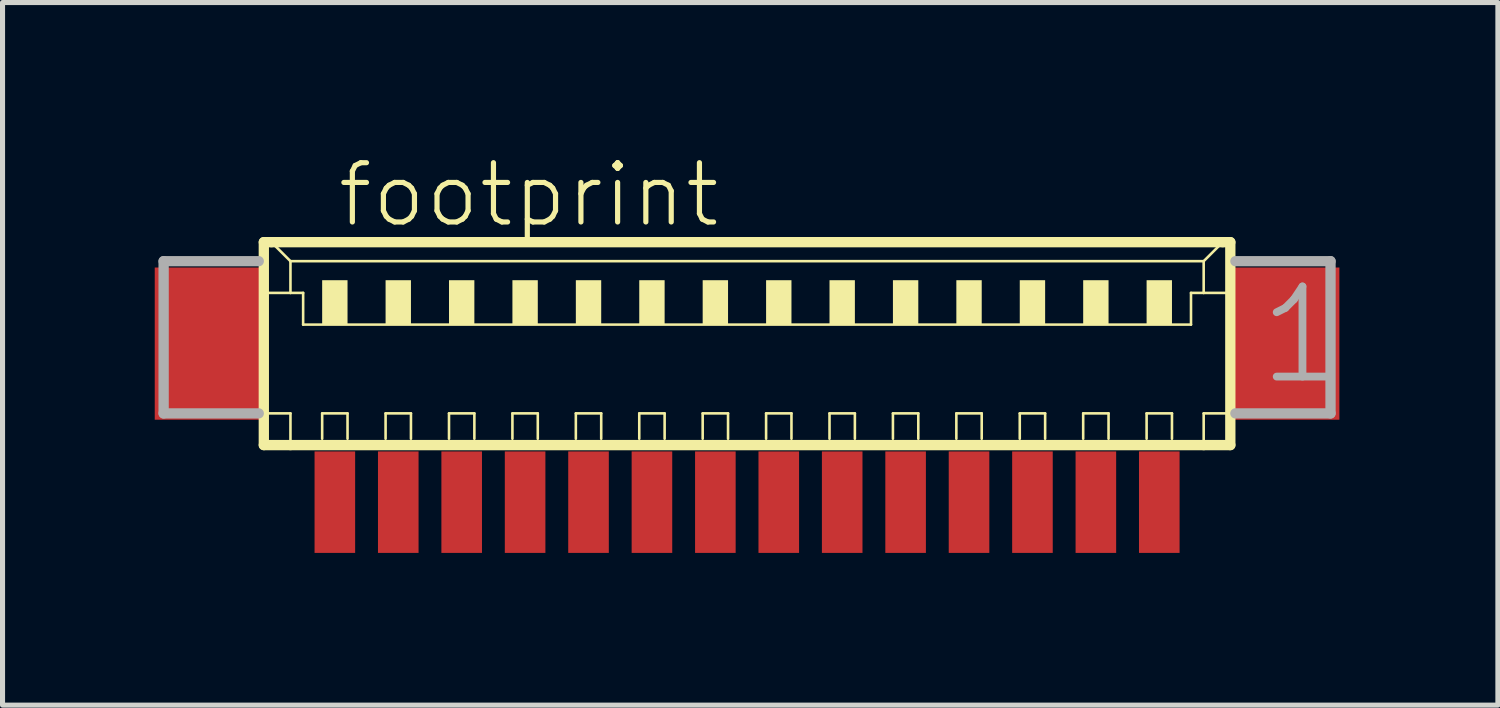
<source format=kicad_pcb>
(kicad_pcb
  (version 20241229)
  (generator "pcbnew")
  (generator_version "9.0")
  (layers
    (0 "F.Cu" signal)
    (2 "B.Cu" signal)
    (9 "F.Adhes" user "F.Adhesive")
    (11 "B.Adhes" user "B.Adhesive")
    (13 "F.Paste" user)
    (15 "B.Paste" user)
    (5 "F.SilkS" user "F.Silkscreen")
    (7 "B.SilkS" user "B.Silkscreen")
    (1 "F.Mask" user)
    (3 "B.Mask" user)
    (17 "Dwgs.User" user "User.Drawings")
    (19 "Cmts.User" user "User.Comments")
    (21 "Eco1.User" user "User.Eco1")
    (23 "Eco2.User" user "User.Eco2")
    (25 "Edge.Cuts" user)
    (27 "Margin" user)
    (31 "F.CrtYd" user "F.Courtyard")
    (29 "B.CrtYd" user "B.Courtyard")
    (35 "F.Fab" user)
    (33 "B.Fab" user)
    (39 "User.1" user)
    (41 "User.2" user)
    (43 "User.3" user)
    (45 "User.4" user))
  (footprint "footprint"
    (layer "F.Cu")
    (at 11.675 4.348)
    (property "Reference" "footprint" (at -8.125 -2.875 0) (layer "F.SilkS") (effects (font (size 1.168 1.168) (thickness 0.102)) (justify left bottom)))
    (fp_line (start -9.525 -2.625) (end -9.525 1.375) (stroke (width 0.203) (type solid)) (layer "F.SilkS"))
    (fp_line (start -9.525 1.375) (end -9 1.375) (stroke (width 0.203) (type solid)) (layer "F.SilkS"))
    (fp_line (start -9.5 -1.625) (end -9 -1.625) (stroke (width 0.051) (type solid)) (layer "F.SilkS"))
    (fp_line (start -9.5 0.75) (end -9 0.75) (stroke (width 0.051) (type solid)) (layer "F.SilkS"))
    (fp_line (start -9.375 -2.625) (end -9.525 -2.625) (stroke (width 0.203) (type solid)) (layer "F.SilkS"))
    (fp_line (start -9 -2.25) (end -9.375 -2.625) (stroke (width 0.051) (type solid)) (layer "F.SilkS"))
    (fp_line (start -9 -2.25) (end 9 -2.25) (stroke (width 0.051) (type solid)) (layer "F.SilkS"))
    (fp_line (start -9 -1.625) (end -9 -2.25) (stroke (width 0.051) (type solid)) (layer "F.SilkS"))
    (fp_line (start -9 -1.625) (end -8.75 -1.625) (stroke (width 0.051) (type solid)) (layer "F.SilkS"))
    (fp_line (start -9 0.75) (end -9 1.375) (stroke (width 0.051) (type solid)) (layer "F.SilkS"))
    (fp_line (start -9 1.375) (end 9 1.375) (stroke (width 0.203) (type solid)) (layer "F.SilkS"))
    (fp_line (start -8.75 -1.625) (end -8.75 -1) (stroke (width 0.051) (type solid)) (layer "F.SilkS"))
    (fp_line (start -8.75 -1) (end 8.75 -1) (stroke (width 0.051) (type solid)) (layer "F.SilkS"))
    (fp_line (start -8.375 0.75) (end -7.875 0.75) (stroke (width 0.051) (type solid)) (layer "F.SilkS"))
    (fp_line (start -8.375 1.25) (end -8.375 0.75) (stroke (width 0.051) (type solid)) (layer "F.SilkS"))
    (fp_line (start -7.875 0.75) (end -7.875 1.25) (stroke (width 0.051) (type solid)) (layer "F.SilkS"))
    (fp_line (start -7.125 0.75) (end -6.625 0.75) (stroke (width 0.051) (type solid)) (layer "F.SilkS"))
    (fp_line (start -7.125 1.25) (end -7.125 0.75) (stroke (width 0.051) (type solid)) (layer "F.SilkS"))
    (fp_line (start -6.625 0.75) (end -6.625 1.25) (stroke (width 0.051) (type solid)) (layer "F.SilkS"))
    (fp_line (start -5.875 0.75) (end -5.375 0.75) (stroke (width 0.051) (type solid)) (layer "F.SilkS"))
    (fp_line (start -5.875 1.25) (end -5.875 0.75) (stroke (width 0.051) (type solid)) (layer "F.SilkS"))
    (fp_line (start -5.375 0.75) (end -5.375 1.25) (stroke (width 0.051) (type solid)) (layer "F.SilkS"))
    (fp_line (start -4.625 0.75) (end -4.125 0.75) (stroke (width 0.051) (type solid)) (layer "F.SilkS"))
    (fp_line (start -4.625 1.25) (end -4.625 0.75) (stroke (width 0.051) (type solid)) (layer "F.SilkS"))
    (fp_line (start -4.125 0.75) (end -4.125 1.25) (stroke (width 0.051) (type solid)) (layer "F.SilkS"))
    (fp_line (start -3.375 0.75) (end -2.875 0.75) (stroke (width 0.051) (type solid)) (layer "F.SilkS"))
    (fp_line (start -3.375 1.25) (end -3.375 0.75) (stroke (width 0.051) (type solid)) (layer "F.SilkS"))
    (fp_line (start -2.875 0.75) (end -2.875 1.25) (stroke (width 0.051) (type solid)) (layer "F.SilkS"))
    (fp_line (start -2.125 0.75) (end -1.625 0.75) (stroke (width 0.051) (type solid)) (layer "F.SilkS"))
    (fp_line (start -2.125 1.25) (end -2.125 0.75) (stroke (width 0.051) (type solid)) (layer "F.SilkS"))
    (fp_line (start -1.625 0.75) (end -1.625 1.25) (stroke (width 0.051) (type solid)) (layer "F.SilkS"))
    (fp_line (start -0.875 0.75) (end -0.375 0.75) (stroke (width 0.051) (type solid)) (layer "F.SilkS"))
    (fp_line (start -0.875 1.25) (end -0.875 0.75) (stroke (width 0.051) (type solid)) (layer "F.SilkS"))
    (fp_line (start -0.375 0.75) (end -0.375 1.25) (stroke (width 0.051) (type solid)) (layer "F.SilkS"))
    (fp_line (start 0.375 0.75) (end 0.875 0.75) (stroke (width 0.051) (type solid)) (layer "F.SilkS"))
    (fp_line (start 0.375 1.25) (end 0.375 0.75) (stroke (width 0.051) (type solid)) (layer "F.SilkS"))
    (fp_line (start 0.875 0.75) (end 0.875 1.25) (stroke (width 0.051) (type solid)) (layer "F.SilkS"))
    (fp_line (start 1.625 0.75) (end 2.125 0.75) (stroke (width 0.051) (type solid)) (layer "F.SilkS"))
    (fp_line (start 1.625 1.25) (end 1.625 0.75) (stroke (width 0.051) (type solid)) (layer "F.SilkS"))
    (fp_line (start 2.125 0.75) (end 2.125 1.25) (stroke (width 0.051) (type solid)) (layer "F.SilkS"))
    (fp_line (start 2.875 0.75) (end 3.375 0.75) (stroke (width 0.051) (type solid)) (layer "F.SilkS"))
    (fp_line (start 2.875 1.25) (end 2.875 0.75) (stroke (width 0.051) (type solid)) (layer "F.SilkS"))
    (fp_line (start 3.375 0.75) (end 3.375 1.25) (stroke (width 0.051) (type solid)) (layer "F.SilkS"))
    (fp_line (start 4.125 0.75) (end 4.625 0.75) (stroke (width 0.051) (type solid)) (layer "F.SilkS"))
    (fp_line (start 4.125 1.25) (end 4.125 0.75) (stroke (width 0.051) (type solid)) (layer "F.SilkS"))
    (fp_line (start 4.625 0.75) (end 4.625 1.25) (stroke (width 0.051) (type solid)) (layer "F.SilkS"))
    (fp_line (start 5.375 0.75) (end 5.875 0.75) (stroke (width 0.051) (type solid)) (layer "F.SilkS"))
    (fp_line (start 5.375 1.25) (end 5.375 0.75) (stroke (width 0.051) (type solid)) (layer "F.SilkS"))
    (fp_line (start 5.875 0.75) (end 5.875 1.25) (stroke (width 0.051) (type solid)) (layer "F.SilkS"))
    (fp_line (start 6.625 0.75) (end 7.125 0.75) (stroke (width 0.051) (type solid)) (layer "F.SilkS"))
    (fp_line (start 6.625 1.25) (end 6.625 0.75) (stroke (width 0.051) (type solid)) (layer "F.SilkS"))
    (fp_line (start 7.125 0.75) (end 7.125 1.25) (stroke (width 0.051) (type solid)) (layer "F.SilkS"))
    (fp_line (start 7.875 0.75) (end 8.375 0.75) (stroke (width 0.051) (type solid)) (layer "F.SilkS"))
    (fp_line (start 7.875 1.25) (end 7.875 0.75) (stroke (width 0.051) (type solid)) (layer "F.SilkS"))
    (fp_line (start 8.375 0.75) (end 8.375 1.25) (stroke (width 0.051) (type solid)) (layer "F.SilkS"))
    (fp_line (start 8.75 -1.625) (end 8.75 -1) (stroke (width 0.051) (type solid)) (layer "F.SilkS"))
    (fp_line (start 8.75 -1.625) (end 9 -1.625) (stroke (width 0.051) (type solid)) (layer "F.SilkS"))
    (fp_line (start 9 -2.25) (end 9 -1.625) (stroke (width 0.051) (type solid)) (layer "F.SilkS"))
    (fp_line (start 9 -2.25) (end 9.375 -2.625) (stroke (width 0.051) (type solid)) (layer "F.SilkS"))
    (fp_line (start 9 -1.625) (end 9.5 -1.625) (stroke (width 0.051) (type solid)) (layer "F.SilkS"))
    (fp_line (start 9 0.75) (end 9 1.375) (stroke (width 0.051) (type solid)) (layer "F.SilkS"))
    (fp_line (start 9 0.75) (end 9.5 0.75) (stroke (width 0.051) (type solid)) (layer "F.SilkS"))
    (fp_line (start 9 1.375) (end 9.525 1.375) (stroke (width 0.203) (type solid)) (layer "F.SilkS"))
    (fp_line (start 9.375 -2.625) (end -9.375 -2.625) (stroke (width 0.203) (type solid)) (layer "F.SilkS"))
    (fp_line (start 9.525 -2.625) (end 9.375 -2.625) (stroke (width 0.203) (type solid)) (layer "F.SilkS"))
    (fp_line (start 9.525 1.375) (end 9.525 -2.625) (stroke (width 0.203) (type solid)) (layer "F.SilkS"))
    (fp_poly (pts (xy -8.375 -1) (xy -7.875 -1) (xy -7.875 -1.875) (xy -8.375 -1.875)) (stroke (width 0) (type solid)) (fill yes) (layer "F.SilkS"))
    (fp_poly (pts (xy -7.125 -1) (xy -6.625 -1) (xy -6.625 -1.875) (xy -7.125 -1.875)) (stroke (width 0) (type solid)) (fill yes) (layer "F.SilkS"))
    (fp_poly (pts (xy -5.875 -1) (xy -5.375 -1) (xy -5.375 -1.875) (xy -5.875 -1.875)) (stroke (width 0) (type solid)) (fill yes) (layer "F.SilkS"))
    (fp_poly (pts (xy -4.625 -1) (xy -4.125 -1) (xy -4.125 -1.875) (xy -4.625 -1.875)) (stroke (width 0) (type solid)) (fill yes) (layer "F.SilkS"))
    (fp_poly (pts (xy -3.375 -1) (xy -2.875 -1) (xy -2.875 -1.875) (xy -3.375 -1.875)) (stroke (width 0) (type solid)) (fill yes) (layer "F.SilkS"))
    (fp_poly (pts (xy -2.125 -1) (xy -1.625 -1) (xy -1.625 -1.875) (xy -2.125 -1.875)) (stroke (width 0) (type solid)) (fill yes) (layer "F.SilkS"))
    (fp_poly (pts (xy -0.875 -1) (xy -0.375 -1) (xy -0.375 -1.875) (xy -0.875 -1.875)) (stroke (width 0) (type solid)) (fill yes) (layer "F.SilkS"))
    (fp_poly (pts (xy 0.375 -1) (xy 0.875 -1) (xy 0.875 -1.875) (xy 0.375 -1.875)) (stroke (width 0) (type solid)) (fill yes) (layer "F.SilkS"))
    (fp_poly (pts (xy 1.625 -1) (xy 2.125 -1) (xy 2.125 -1.875) (xy 1.625 -1.875)) (stroke (width 0) (type solid)) (fill yes) (layer "F.SilkS"))
    (fp_poly (pts (xy 2.875 -1) (xy 3.375 -1) (xy 3.375 -1.875) (xy 2.875 -1.875)) (stroke (width 0) (type solid)) (fill yes) (layer "F.SilkS"))
    (fp_poly (pts (xy 4.125 -1) (xy 4.625 -1) (xy 4.625 -1.875) (xy 4.125 -1.875)) (stroke (width 0) (type solid)) (fill yes) (layer "F.SilkS"))
    (fp_poly (pts (xy 5.375 -1) (xy 5.875 -1) (xy 5.875 -1.875) (xy 5.375 -1.875)) (stroke (width 0) (type solid)) (fill yes) (layer "F.SilkS"))
    (fp_poly (pts (xy 6.625 -1) (xy 7.125 -1) (xy 7.125 -1.875) (xy 6.625 -1.875)) (stroke (width 0) (type solid)) (fill yes) (layer "F.SilkS"))
    (fp_poly (pts (xy 7.875 -1) (xy 8.375 -1) (xy 8.375 -1.875) (xy 7.875 -1.875)) (stroke (width 0) (type solid)) (fill yes) (layer "F.SilkS"))
    (fp_line (start -11.5 -2.25) (end -11.5 0.75) (stroke (width 0.203) (type solid)) (layer "F.Fab"))
    (fp_line (start -11.5 0.75) (end -9.625 0.75) (stroke (width 0.203) (type solid)) (layer "F.Fab"))
    (fp_line (start -9.625 -2.25) (end -11.5 -2.25) (stroke (width 0.203) (type solid)) (layer "F.Fab"))
    (fp_line (start 9.625 0.75) (end 11.5 0.75) (stroke (width 0.203) (type solid)) (layer "F.Fab"))
    (fp_line (start 11.5 -2.25) (end 9.625 -2.25) (stroke (width 0.203) (type solid)) (layer "F.Fab"))
    (fp_line (start 11.5 0.75) (end 11.5 -2.25) (stroke (width 0.203) (type solid)) (layer "F.Fab"))
    (fp_text user "1" (at 10 0.25 0) (layer "F.Fab") (effects (font (size 1.776 1.776) (thickness 0.154)) (justify left bottom)))
    (pad "1" smd rect (at 8.125 2.5) (size 0.8 2) (layers "F.Cu" "F.Mask" "F.Paste"))
    (pad "2" smd rect (at 6.875 2.5) (size 0.8 2) (layers "F.Cu" "F.Mask" "F.Paste"))
    (pad "3" smd rect (at 5.625 2.5) (size 0.8 2) (layers "F.Cu" "F.Mask" "F.Paste"))
    (pad "4" smd rect (at 4.375 2.5) (size 0.8 2) (layers "F.Cu" "F.Mask" "F.Paste"))
    (pad "5" smd rect (at 3.125 2.5) (size 0.8 2) (layers "F.Cu" "F.Mask" "F.Paste"))
    (pad "6" smd rect (at 1.875 2.5) (size 0.8 2) (layers "F.Cu" "F.Mask" "F.Paste"))
    (pad "7" smd rect (at 0.625 2.5) (size 0.8 2) (layers "F.Cu" "F.Mask" "F.Paste"))
    (pad "8" smd rect (at -0.625 2.5) (size 0.8 2) (layers "F.Cu" "F.Mask" "F.Paste"))
    (pad "9" smd rect (at -1.875 2.5) (size 0.8 2) (layers "F.Cu" "F.Mask" "F.Paste"))
    (pad "10" smd rect (at -3.125 2.5) (size 0.8 2) (layers "F.Cu" "F.Mask" "F.Paste"))
    (pad "11" smd rect (at -4.375 2.5) (size 0.8 2) (layers "F.Cu" "F.Mask" "F.Paste"))
    (pad "12" smd rect (at -5.625 2.5) (size 0.8 2) (layers "F.Cu" "F.Mask" "F.Paste"))
    (pad "13" smd rect (at -6.875 2.5) (size 0.8 2) (layers "F.Cu" "F.Mask" "F.Paste"))
    (pad "14" smd rect (at -8.125 2.5) (size 0.8 2) (layers "F.Cu" "F.Mask" "F.Paste"))
    (pad "S1" smd rect (at 10.625 -0.625) (size 2.1 3) (layers "F.Cu" "F.Mask" "F.Paste"))
    (pad "S2" smd rect (at -10.625 -0.625) (size 2.1 3) (layers "F.Cu" "F.Mask" "F.Paste")))
  (gr_rect
    (start -3 -3)
    (end 26.474 10.848)
    (stroke (width 0.1) (type default))
    (fill no)
    (layer "Edge.Cuts")))
</source>
